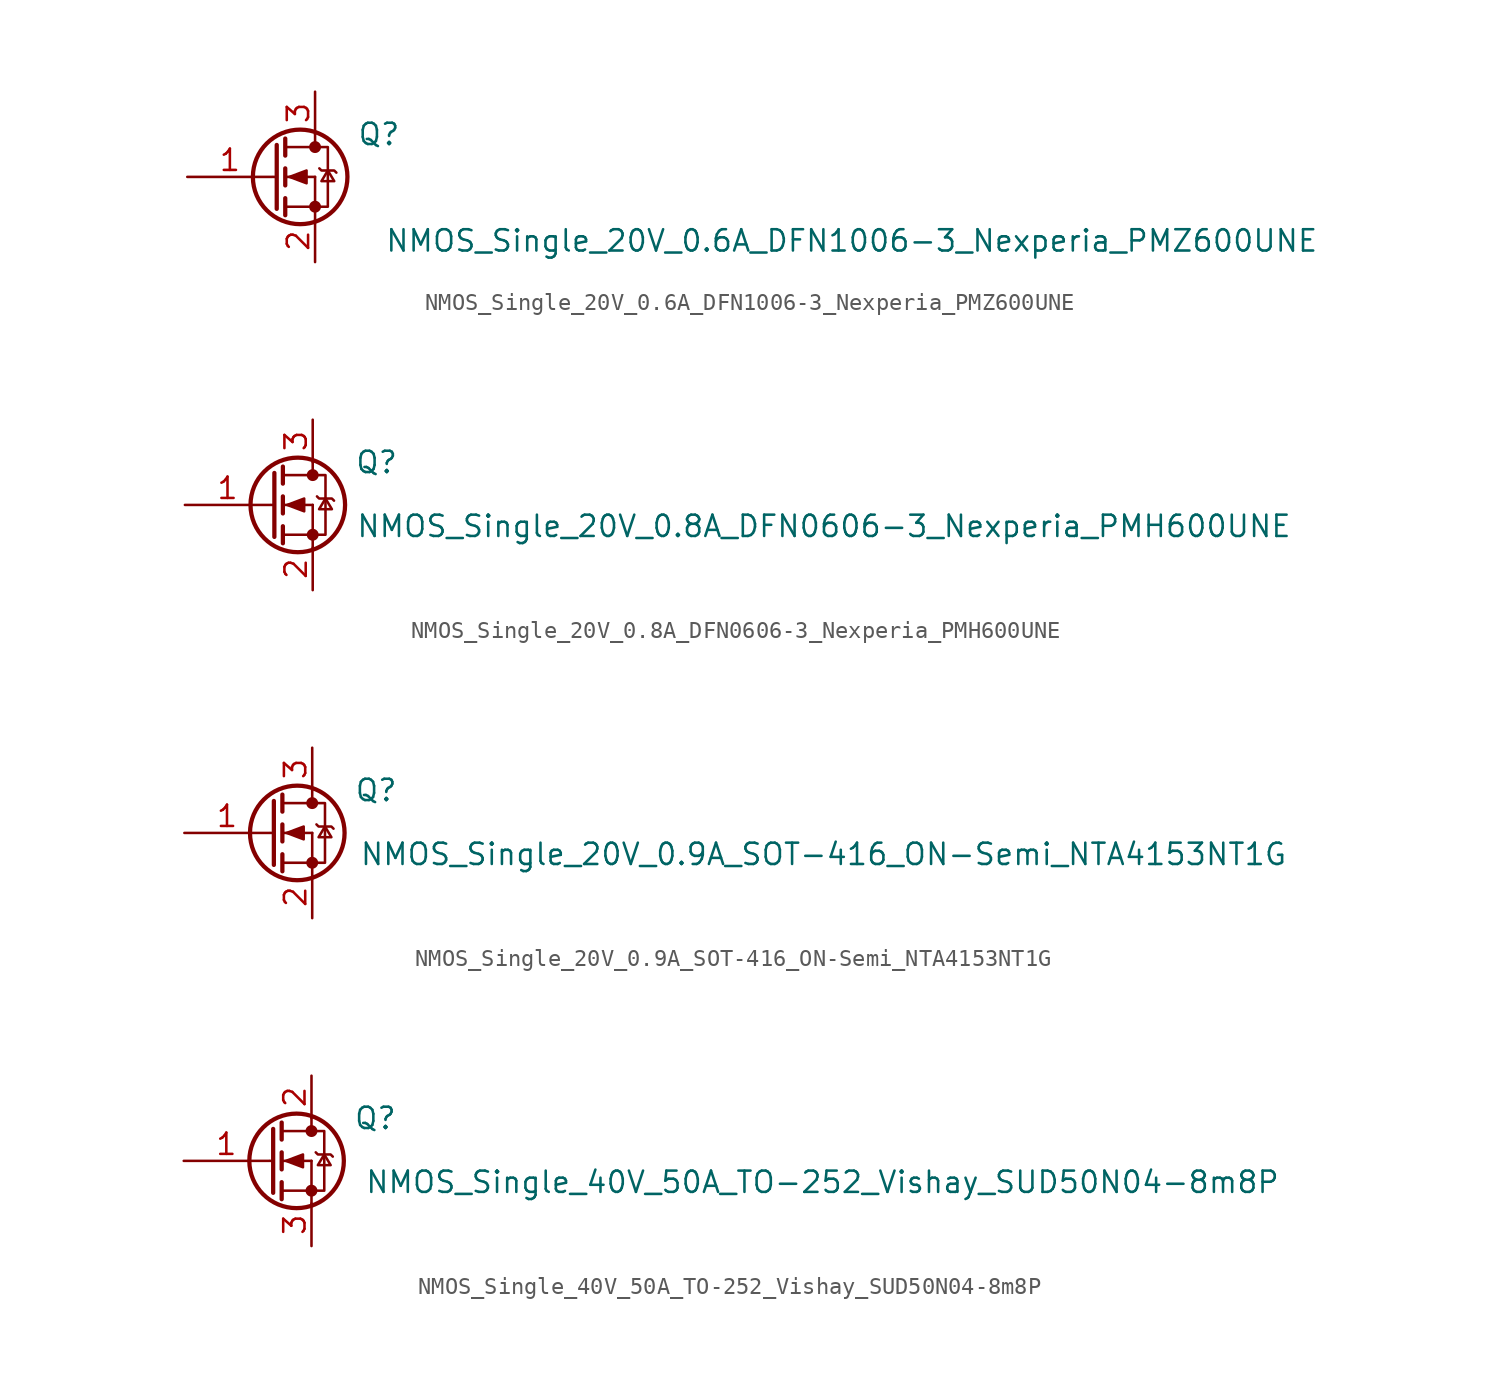
<source format=kicad_sym>
(kicad_symbol_lib
  (version 20231120)
  (generator "kicad_symbol_editor")
  (generator_version "8.0")
  (symbol "NMOS_Single_20V_0.6A_DFN1006-3_Nexperia_PMZ600UNE"
    (pin_names
      (offset 1.27) hide)
    (property "Reference" "Q"
      (at 6.35 2.54 0)
      (effects (font (size 1.27 1.27))))
    (property "Value" "NMOS_Single_20V_0.6A_DFN1006-3_Nexperia_PMZ600UNE"
      (at 34.544 -3.81 0)
      (effects (font (size 1.27 1.27))))
    (symbol "NMOS_Single_20V_0.6A_DFN1006-3_Nexperia_PMZ600UNE_1_1"
      (polyline (pts (xy 0.051 0) (xy 0.254 0)) (stroke (width 0) (type default)) (fill (type none)))
      (polyline (pts (xy 0.762 -1.778) (xy 2.54 -1.778)) (stroke (width 0) (type default)) (fill (type none)))
      (polyline (pts (xy 0.762 -1.27) (xy 0.762 -2.286)) (stroke (width 0.254) (type default)) (fill (type none)))
      (polyline (pts (xy 0.762 0) (xy 2.54 0)) (stroke (width 0) (type default)) (fill (type none)))
      (polyline (pts (xy 0.762 0.508) (xy 0.762 -0.508)) (stroke (width 0.254) (type default)) (fill (type none)))
      (polyline (pts (xy 0.762 1.778) (xy 2.54 1.778)) (stroke (width 0) (type default)) (fill (type none)))
      (polyline (pts (xy 0.762 2.286) (xy 0.762 1.27)) (stroke (width 0.254) (type default)) (fill (type none)))
      (polyline (pts (xy 2.54 -1.778) (xy 2.54 -2.54)) (stroke (width 0) (type default)) (fill (type none)))
      (polyline (pts (xy 2.54 -1.778) (xy 2.54 0)) (stroke (width 0) (type default)) (fill (type none)))
      (polyline (pts (xy 2.54 2.54) (xy 2.54 1.778)) (stroke (width 0) (type default)) (fill (type none)))
      (polyline (pts (xy 0.254 1.905) (xy 0.254 -1.905) (xy 0.254 -1.905)) (stroke (width 0.254) (type default)) (fill (type none)))
      (polyline (pts (xy 1.016 0) (xy 2.032 0.381) (xy 2.032 -0.381) (xy 1.016 0)) (stroke (width 0) (type default)) (fill (type outline)))
      (polyline (pts (xy 2.54 -1.778) (xy 3.302 -1.778) (xy 3.302 1.778) (xy 2.54 1.778)) (stroke (width 0) (type default)) (fill (type none)))
      (polyline (pts (xy 2.794 0.508) (xy 2.921 0.381) (xy 3.683 0.381) (xy 3.81 0.254)) (stroke (width 0) (type default)) (fill (type none)))
      (polyline (pts (xy 3.302 0.381) (xy 2.921 -0.254) (xy 3.683 -0.254) (xy 3.302 0.381)) (stroke (width 0) (type default)) (fill (type none)))
      (circle (center 1.651 0) (radius 2.819) (stroke (width 0.254) (type default)) (fill (type none)))
      (circle (center 2.54 -1.778) (radius 0.279) (stroke (width 0) (type default)) (fill (type outline)))
      (circle (center 2.54 1.778) (radius 0.279) (stroke (width 0) (type default)) (fill (type outline)))
      (pin input line (at -5.08 0 0) (length 5.08) (name "G" (effects (font (size 1.27 1.27)))) (number "1" (effects (font (size 1.27 1.27)))))
      (pin passive line (at 2.54 -5.08 90) (length 2.54) (name "S" (effects (font (size 1.27 1.27)))) (number "2" (effects (font (size 1.27 1.27)))))
      (pin passive line (at 2.54 5.08 270) (length 2.54) (name "D" (effects (font (size 1.27 1.27)))) (number "3" (effects (font (size 1.27 1.27)))))))
  (symbol "NMOS_Single_20V_0.8A_DFN0606-3_Nexperia_PMH600UNE"
    (pin_names
      (offset 1.27) hide)
    (property "Reference" "Q"
      (at 6.35 2.54 0)
      (effects (font (size 1.27 1.27))))
    (property "Value" "NMOS_Single_20V_0.8A_DFN0606-3_Nexperia_PMH600UNE"
      (at 33.02 -1.27 0)
      (effects (font (size 1.27 1.27))))
    (symbol "NMOS_Single_20V_0.8A_DFN0606-3_Nexperia_PMH600UNE_1_1"
      (polyline (pts (xy 0.051 0) (xy 0.254 0)) (stroke (width 0) (type default)) (fill (type none)))
      (polyline (pts (xy 0.762 -1.778) (xy 2.54 -1.778)) (stroke (width 0) (type default)) (fill (type none)))
      (polyline (pts (xy 0.762 -1.27) (xy 0.762 -2.286)) (stroke (width 0.254) (type default)) (fill (type none)))
      (polyline (pts (xy 0.762 0) (xy 2.54 0)) (stroke (width 0) (type default)) (fill (type none)))
      (polyline (pts (xy 0.762 0.508) (xy 0.762 -0.508)) (stroke (width 0.254) (type default)) (fill (type none)))
      (polyline (pts (xy 0.762 1.778) (xy 2.54 1.778)) (stroke (width 0) (type default)) (fill (type none)))
      (polyline (pts (xy 0.762 2.286) (xy 0.762 1.27)) (stroke (width 0.254) (type default)) (fill (type none)))
      (polyline (pts (xy 2.54 -1.778) (xy 2.54 -2.54)) (stroke (width 0) (type default)) (fill (type none)))
      (polyline (pts (xy 2.54 -1.778) (xy 2.54 0)) (stroke (width 0) (type default)) (fill (type none)))
      (polyline (pts (xy 2.54 2.54) (xy 2.54 1.778)) (stroke (width 0) (type default)) (fill (type none)))
      (polyline (pts (xy 0.254 1.905) (xy 0.254 -1.905) (xy 0.254 -1.905)) (stroke (width 0.254) (type default)) (fill (type none)))
      (polyline (pts (xy 1.016 0) (xy 2.032 0.381) (xy 2.032 -0.381) (xy 1.016 0)) (stroke (width 0) (type default)) (fill (type outline)))
      (polyline (pts (xy 2.54 -1.778) (xy 3.302 -1.778) (xy 3.302 1.778) (xy 2.54 1.778)) (stroke (width 0) (type default)) (fill (type none)))
      (polyline (pts (xy 2.794 0.508) (xy 2.921 0.381) (xy 3.683 0.381) (xy 3.81 0.254)) (stroke (width 0) (type default)) (fill (type none)))
      (polyline (pts (xy 3.302 0.381) (xy 2.921 -0.254) (xy 3.683 -0.254) (xy 3.302 0.381)) (stroke (width 0) (type default)) (fill (type none)))
      (circle (center 1.651 0) (radius 2.819) (stroke (width 0.254) (type default)) (fill (type none)))
      (circle (center 2.54 -1.778) (radius 0.279) (stroke (width 0) (type default)) (fill (type outline)))
      (circle (center 2.54 1.778) (radius 0.279) (stroke (width 0) (type default)) (fill (type outline)))
      (pin input line (at -5.08 0 0) (length 5.08) (name "G" (effects (font (size 1.27 1.27)))) (number "1" (effects (font (size 1.27 1.27)))))
      (pin passive line (at 2.54 -5.08 90) (length 2.54) (name "S" (effects (font (size 1.27 1.27)))) (number "2" (effects (font (size 1.27 1.27)))))
      (pin passive line (at 2.54 5.08 270) (length 2.54) (name "D" (effects (font (size 1.27 1.27)))) (number "3" (effects (font (size 1.27 1.27)))))))
  (symbol "NMOS_Single_20V_0.9A_SOT-416_ON-Semi_NTA4153NT1G"
    (pin_names
      (offset 1.27) hide)
    (property "Reference" "Q"
      (at 6.35 2.54 0)
      (effects (font (size 1.27 1.27))))
    (property "Value" "NMOS_Single_20V_0.9A_SOT-416_ON-Semi_NTA4153NT1G"
      (at 33.02 -1.27 0)
      (effects (font (size 1.27 1.27))))
    (symbol "NMOS_Single_20V_0.9A_SOT-416_ON-Semi_NTA4153NT1G_1_1"
      (polyline (pts (xy 0.051 0) (xy 0.254 0)) (stroke (width 0) (type default)) (fill (type none)))
      (polyline (pts (xy 0.762 -1.778) (xy 2.54 -1.778)) (stroke (width 0) (type default)) (fill (type none)))
      (polyline (pts (xy 0.762 -1.27) (xy 0.762 -2.286)) (stroke (width 0.254) (type default)) (fill (type none)))
      (polyline (pts (xy 0.762 0) (xy 2.54 0)) (stroke (width 0) (type default)) (fill (type none)))
      (polyline (pts (xy 0.762 0.508) (xy 0.762 -0.508)) (stroke (width 0.254) (type default)) (fill (type none)))
      (polyline (pts (xy 0.762 1.778) (xy 2.54 1.778)) (stroke (width 0) (type default)) (fill (type none)))
      (polyline (pts (xy 0.762 2.286) (xy 0.762 1.27)) (stroke (width 0.254) (type default)) (fill (type none)))
      (polyline (pts (xy 2.54 -1.778) (xy 2.54 -2.54)) (stroke (width 0) (type default)) (fill (type none)))
      (polyline (pts (xy 2.54 -1.778) (xy 2.54 0)) (stroke (width 0) (type default)) (fill (type none)))
      (polyline (pts (xy 2.54 2.54) (xy 2.54 1.778)) (stroke (width 0) (type default)) (fill (type none)))
      (polyline (pts (xy 0.254 1.905) (xy 0.254 -1.905) (xy 0.254 -1.905)) (stroke (width 0.254) (type default)) (fill (type none)))
      (polyline (pts (xy 1.016 0) (xy 2.032 0.381) (xy 2.032 -0.381) (xy 1.016 0)) (stroke (width 0) (type default)) (fill (type outline)))
      (polyline (pts (xy 2.54 -1.778) (xy 3.302 -1.778) (xy 3.302 1.778) (xy 2.54 1.778)) (stroke (width 0) (type default)) (fill (type none)))
      (polyline (pts (xy 2.794 0.508) (xy 2.921 0.381) (xy 3.683 0.381) (xy 3.81 0.254)) (stroke (width 0) (type default)) (fill (type none)))
      (polyline (pts (xy 3.302 0.381) (xy 2.921 -0.254) (xy 3.683 -0.254) (xy 3.302 0.381)) (stroke (width 0) (type default)) (fill (type none)))
      (circle (center 1.651 0) (radius 2.819) (stroke (width 0.254) (type default)) (fill (type none)))
      (circle (center 2.54 -1.778) (radius 0.279) (stroke (width 0) (type default)) (fill (type outline)))
      (circle (center 2.54 1.778) (radius 0.279) (stroke (width 0) (type default)) (fill (type outline)))
      (pin input line (at -5.08 0 0) (length 5.08) (name "G" (effects (font (size 1.27 1.27)))) (number "1" (effects (font (size 1.27 1.27)))))
      (pin passive line (at 2.54 -5.08 90) (length 2.54) (name "S" (effects (font (size 1.27 1.27)))) (number "2" (effects (font (size 1.27 1.27)))))
      (pin passive line (at 2.54 5.08 270) (length 2.54) (name "D" (effects (font (size 1.27 1.27)))) (number "3" (effects (font (size 1.27 1.27)))))))
  (symbol "NMOS_Single_40V_50A_TO-252_Vishay_SUD50N04-8m8P"
    (pin_names
      (offset 1.27) hide)
    (property "Reference" "Q"
      (at 6.35 2.54 0)
      (effects (font (size 1.27 1.27))))
    (property "Value" "NMOS_Single_40V_50A_TO-252_Vishay_SUD50N04-8m8P"
      (at 33.02 -1.27 0)
      (effects (font (size 1.27 1.27))))
    (symbol "NMOS_Single_40V_50A_TO-252_Vishay_SUD50N04-8m8P_1_1"
      (polyline (pts (xy 0.051 0) (xy 0.254 0)) (stroke (width 0) (type default)) (fill (type none)))
      (polyline (pts (xy 0.762 -1.778) (xy 2.54 -1.778)) (stroke (width 0) (type default)) (fill (type none)))
      (polyline (pts (xy 0.762 -1.27) (xy 0.762 -2.286)) (stroke (width 0.254) (type default)) (fill (type none)))
      (polyline (pts (xy 0.762 0) (xy 2.54 0)) (stroke (width 0) (type default)) (fill (type none)))
      (polyline (pts (xy 0.762 0.508) (xy 0.762 -0.508)) (stroke (width 0.254) (type default)) (fill (type none)))
      (polyline (pts (xy 0.762 1.778) (xy 2.54 1.778)) (stroke (width 0) (type default)) (fill (type none)))
      (polyline (pts (xy 0.762 2.286) (xy 0.762 1.27)) (stroke (width 0.254) (type default)) (fill (type none)))
      (polyline (pts (xy 2.54 -1.778) (xy 2.54 -2.54)) (stroke (width 0) (type default)) (fill (type none)))
      (polyline (pts (xy 2.54 -1.778) (xy 2.54 0)) (stroke (width 0) (type default)) (fill (type none)))
      (polyline (pts (xy 2.54 2.54) (xy 2.54 1.778)) (stroke (width 0) (type default)) (fill (type none)))
      (polyline (pts (xy 0.254 1.905) (xy 0.254 -1.905) (xy 0.254 -1.905)) (stroke (width 0.254) (type default)) (fill (type none)))
      (polyline (pts (xy 1.016 0) (xy 2.032 0.381) (xy 2.032 -0.381) (xy 1.016 0)) (stroke (width 0) (type default)) (fill (type outline)))
      (polyline (pts (xy 2.54 -1.778) (xy 3.302 -1.778) (xy 3.302 1.778) (xy 2.54 1.778)) (stroke (width 0) (type default)) (fill (type none)))
      (polyline (pts (xy 2.794 0.508) (xy 2.921 0.381) (xy 3.683 0.381) (xy 3.81 0.254)) (stroke (width 0) (type default)) (fill (type none)))
      (polyline (pts (xy 3.302 0.381) (xy 2.921 -0.254) (xy 3.683 -0.254) (xy 3.302 0.381)) (stroke (width 0) (type default)) (fill (type none)))
      (circle (center 1.651 0) (radius 2.819) (stroke (width 0.254) (type default)) (fill (type none)))
      (circle (center 2.54 -1.778) (radius 0.279) (stroke (width 0) (type default)) (fill (type outline)))
      (circle (center 2.54 1.778) (radius 0.279) (stroke (width 0) (type default)) (fill (type outline)))
      (pin input line (at -5.08 0 0) (length 5.08) (name "G" (effects (font (size 1.27 1.27)))) (number "1" (effects (font (size 1.27 1.27)))))
      (pin passive line (at 2.54 5.08 270) (length 2.54) (name "D" (effects (font (size 1.27 1.27)))) (number "2" (effects (font (size 1.27 1.27)))))
      (pin passive line (at 2.54 -5.08 90) (length 2.54) (name "S" (effects (font (size 1.27 1.27)))) (number "3" (effects (font (size 1.27 1.27))))))))
</source>
